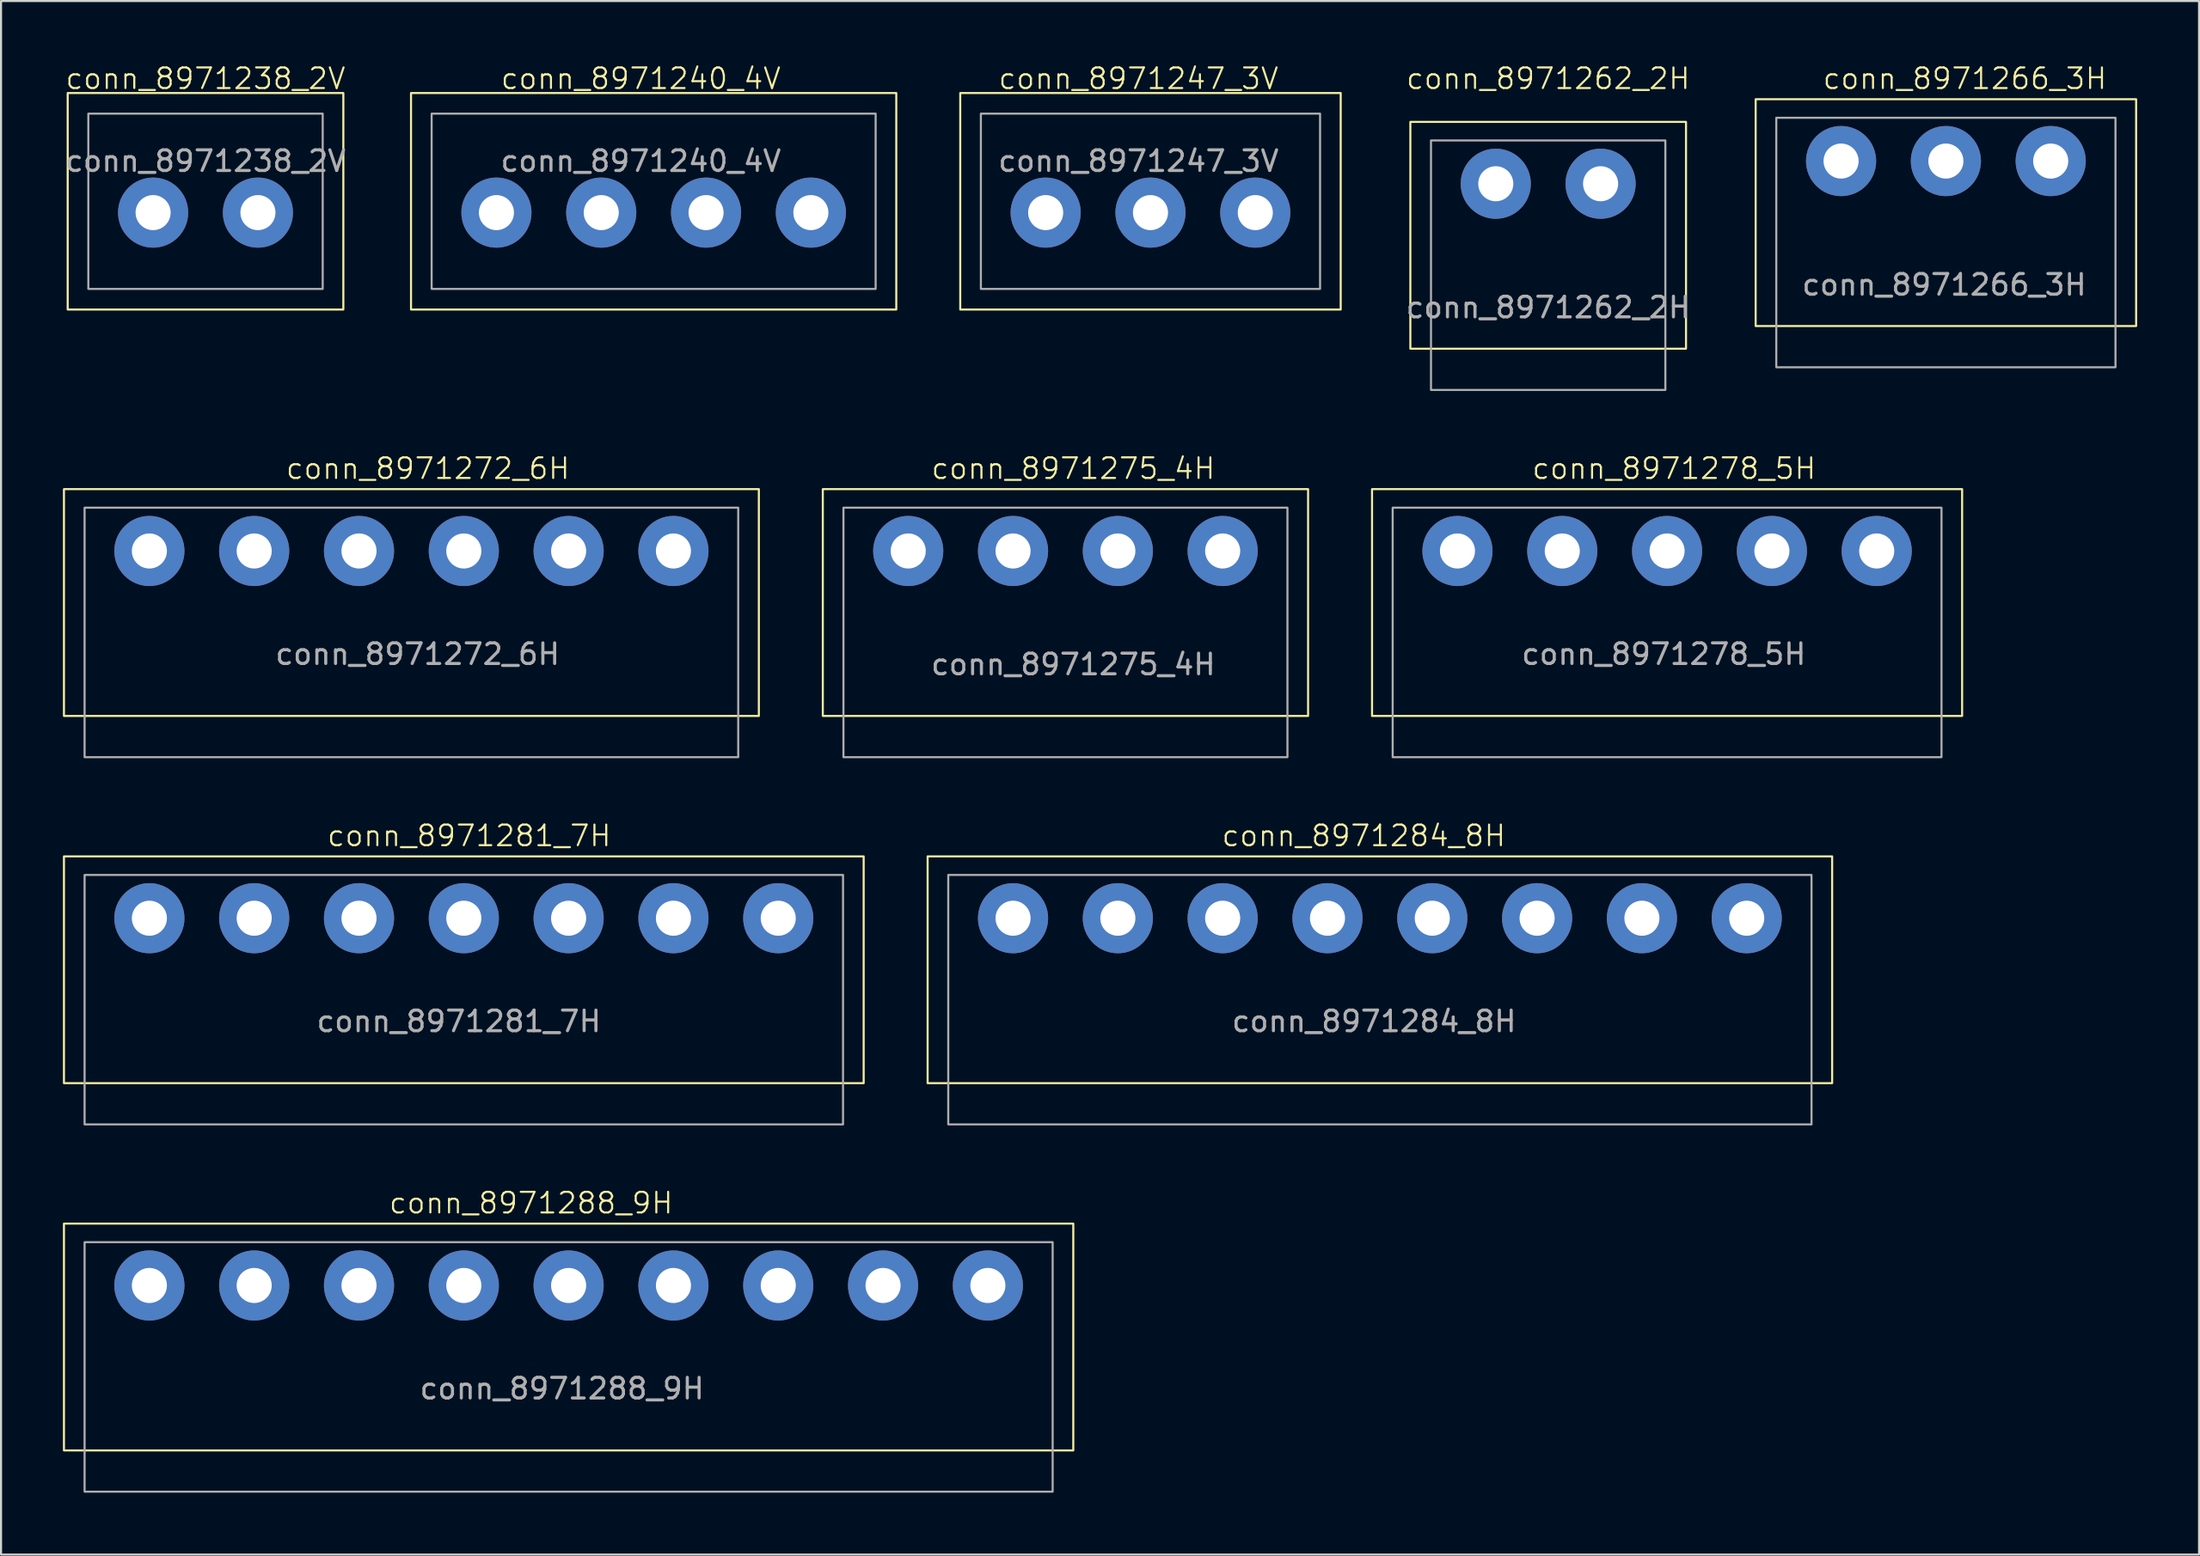
<source format=kicad_pcb>
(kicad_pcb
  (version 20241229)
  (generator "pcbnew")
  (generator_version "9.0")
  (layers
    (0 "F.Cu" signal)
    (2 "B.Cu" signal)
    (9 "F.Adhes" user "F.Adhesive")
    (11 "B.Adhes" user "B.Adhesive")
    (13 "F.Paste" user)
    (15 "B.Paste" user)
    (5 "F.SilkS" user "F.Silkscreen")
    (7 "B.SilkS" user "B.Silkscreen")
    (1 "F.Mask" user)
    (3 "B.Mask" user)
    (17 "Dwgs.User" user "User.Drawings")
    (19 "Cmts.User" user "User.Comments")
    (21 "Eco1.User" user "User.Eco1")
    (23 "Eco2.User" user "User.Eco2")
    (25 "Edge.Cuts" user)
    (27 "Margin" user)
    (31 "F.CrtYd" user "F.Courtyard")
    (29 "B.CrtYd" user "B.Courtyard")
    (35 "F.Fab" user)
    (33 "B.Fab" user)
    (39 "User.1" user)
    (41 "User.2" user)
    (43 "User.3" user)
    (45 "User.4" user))
  (footprint "conn_8971266_3H"
    (layer "F.Cu")
    (at 86.183 4.761)
    (property "Reference" "conn_8971266_3H" (at 6 -4 0) (unlocked yes) (layer "F.SilkS") (effects (font (size 1 1) (thickness 0.1))))
    (attr through_hole)
    (fp_rect (start -4.14 -3) (end 14.3 8) (stroke (width 0.1) (type default)) (fill no) (layer "F.SilkS"))
    (fp_rect (start -3.14 -2.1) (end 13.3 10) (stroke (width 0.1) (type default)) (fill no) (layer "F.Fab"))
    (fp_text user "${REFERENCE}" (at 5 6 0) (unlocked yes) (layer "F.Fab") (effects (font (size 1 1) (thickness 0.15))))
    (pad "1" thru_hole circle (at 0 0) (size 3.4 3.4) (drill 1.7) (layers "*.Cu" "*.Mask"))
    (pad "2" thru_hole circle (at 5.08 0) (size 3.4 3.4) (drill 1.7) (layers "*.Cu" "*.Mask"))
    (pad "3" thru_hole circle (at 10.16 0) (size 3.4 3.4) (drill 1.7) (layers "*.Cu" "*.Mask")))
  (footprint "conn_8971284_8H"
    (layer "F.Cu")
    (at 46.05 41.481)
    (property "Reference" "conn_8971284_8H" (at 17 -4 0) (unlocked yes) (layer "F.SilkS") (effects (font (size 1 1) (thickness 0.1))))
    (attr through_hole)
    (fp_rect (start -4.14 -3) (end 39.7 8) (stroke (width 0.1) (type default)) (fill no) (layer "F.SilkS"))
    (fp_rect (start -3.14 -2.1) (end 38.7 10) (stroke (width 0.1) (type default)) (fill no) (layer "F.Fab"))
    (fp_text user "${REFERENCE}" (at 17.5 5 0) (unlocked yes) (layer "F.Fab") (effects (font (size 1 1) (thickness 0.15))))
    (pad "1" thru_hole circle (at 0 0) (size 3.4 3.4) (drill 1.7) (layers "*.Cu" "*.Mask"))
    (pad "2" thru_hole circle (at 5.08 0) (size 3.4 3.4) (drill 1.7) (layers "*.Cu" "*.Mask"))
    (pad "3" thru_hole circle (at 10.16 0) (size 3.4 3.4) (drill 1.7) (layers "*.Cu" "*.Mask"))
    (pad "4" thru_hole circle (at 15.24 0) (size 3.4 3.4) (drill 1.7) (layers "*.Cu" "*.Mask"))
    (pad "5" thru_hole circle (at 20.32 0) (size 3.4 3.4) (drill 1.7) (layers "*.Cu" "*.Mask"))
    (pad "6" thru_hole circle (at 25.4 0) (size 3.4 3.4) (drill 1.7) (layers "*.Cu" "*.Mask"))
    (pad "7" thru_hole circle (at 30.48 0) (size 3.4 3.4) (drill 1.7) (layers "*.Cu" "*.Mask"))
    (pad "8" thru_hole circle (at 35.56 0) (size 3.4 3.4) (drill 1.7) (layers "*.Cu" "*.Mask")))
  (footprint "conn_8971262_2H"
    (layer "F.Cu")
    (at 69.447 5.861)
    (property "Reference" "conn_8971262_2H" (at 2.54 -5.1 0) (unlocked yes) (layer "F.SilkS") (effects (font (size 1 1) (thickness 0.1))))
    (attr through_hole)
    (fp_rect (start -4.14 -3) (end 9.22 8) (stroke (width 0.1) (type default)) (fill no) (layer "F.SilkS"))
    (fp_rect (start -3.14 -2.1) (end 8.22 10) (stroke (width 0.1) (type default)) (fill no) (layer "F.Fab"))
    (fp_text user "${REFERENCE}" (at 2.54 6 0) (unlocked yes) (layer "F.Fab") (effects (font (size 1 1) (thickness 0.15))))
    (pad "1" thru_hole circle (at 0 0) (size 3.4 3.4) (drill 1.7) (layers "*.Cu" "*.Mask"))
    (pad "2" thru_hole circle (at 5.08 0) (size 3.4 3.4) (drill 1.7) (layers "*.Cu" "*.Mask")))
  (footprint "conn_8971275_4H"
    (layer "F.Cu")
    (at 40.97 23.671)
    (property "Reference" "conn_8971275_4H" (at 8 -4 0) (unlocked yes) (layer "F.SilkS") (effects (font (size 1 1) (thickness 0.1))))
    (attr through_hole)
    (fp_rect (start -4.14 -3) (end 19.38 8) (stroke (width 0.1) (type default)) (fill no) (layer "F.SilkS"))
    (fp_rect (start -3.14 -2.1) (end 18.38 10) (stroke (width 0.1) (type default)) (fill no) (layer "F.Fab"))
    (fp_text user "${REFERENCE}" (at 8 5.5 0) (unlocked yes) (layer "F.Fab") (effects (font (size 1 1) (thickness 0.15))))
    (pad "1" thru_hole circle (at 0 0) (size 3.4 3.4) (drill 1.7) (layers "*.Cu" "*.Mask"))
    (pad "2" thru_hole circle (at 5.08 0) (size 3.4 3.4) (drill 1.7) (layers "*.Cu" "*.Mask"))
    (pad "3" thru_hole circle (at 10.16 0) (size 3.4 3.4) (drill 1.7) (layers "*.Cu" "*.Mask"))
    (pad "4" thru_hole circle (at 15.24 0) (size 3.4 3.4) (drill 1.7) (layers "*.Cu" "*.Mask")))
  (footprint "conn_8971272_6H"
    (layer "F.Cu")
    (at 4.19 23.671)
    (property "Reference" "conn_8971272_6H" (at 13.5 -4 0) (unlocked yes) (layer "F.SilkS") (effects (font (size 1 1) (thickness 0.1))))
    (attr through_hole)
    (fp_rect (start -4.14 -3) (end 29.54 8) (stroke (width 0.1) (type default)) (fill no) (layer "F.SilkS"))
    (fp_rect (start -3.14 -2.1) (end 28.54 10) (stroke (width 0.1) (type default)) (fill no) (layer "F.Fab"))
    (fp_text user "${REFERENCE}" (at 13 5 0) (unlocked yes) (layer "F.Fab") (effects (font (size 1 1) (thickness 0.15))))
    (pad "1" thru_hole circle (at 0 0) (size 3.4 3.4) (drill 1.7) (layers "*.Cu" "*.Mask"))
    (pad "2" thru_hole circle (at 5.08 0) (size 3.4 3.4) (drill 1.7) (layers "*.Cu" "*.Mask"))
    (pad "3" thru_hole circle (at 10.16 0) (size 3.4 3.4) (drill 1.7) (layers "*.Cu" "*.Mask"))
    (pad "4" thru_hole circle (at 15.24 0) (size 3.4 3.4) (drill 1.7) (layers "*.Cu" "*.Mask"))
    (pad "5" thru_hole circle (at 20.32 0) (size 3.4 3.4) (drill 1.7) (layers "*.Cu" "*.Mask"))
    (pad "6" thru_hole circle (at 25.4 0) (size 3.4 3.4) (drill 1.7) (layers "*.Cu" "*.Mask")))
  (footprint "conn_8971278_5H"
    (layer "F.Cu")
    (at 67.59 23.671)
    (property "Reference" "conn_8971278_5H" (at 10.5 -4 0) (unlocked yes) (layer "F.SilkS") (effects (font (size 1 1) (thickness 0.1))))
    (attr through_hole)
    (fp_rect (start -4.14 -3) (end 24.46 8) (stroke (width 0.1) (type default)) (fill no) (layer "F.SilkS"))
    (fp_rect (start -3.14 -2.1) (end 23.46 10) (stroke (width 0.1) (type default)) (fill no) (layer "F.Fab"))
    (fp_text user "${REFERENCE}" (at 10 5 0) (unlocked yes) (layer "F.Fab") (effects (font (size 1 1) (thickness 0.15))))
    (pad "1" thru_hole circle (at 0 0) (size 3.4 3.4) (drill 1.7) (layers "*.Cu" "*.Mask"))
    (pad "2" thru_hole circle (at 5.08 0) (size 3.4 3.4) (drill 1.7) (layers "*.Cu" "*.Mask"))
    (pad "3" thru_hole circle (at 10.16 0) (size 3.4 3.4) (drill 1.7) (layers "*.Cu" "*.Mask"))
    (pad "4" thru_hole circle (at 15.24 0) (size 3.4 3.4) (drill 1.7) (layers "*.Cu" "*.Mask"))
    (pad "5" thru_hole circle (at 20.32 0) (size 3.4 3.4) (drill 1.7) (layers "*.Cu" "*.Mask")))
  (footprint "conn_8971240_4V"
    (layer "F.Cu")
    (at 21.011 7.261)
    (property "Reference" "conn_8971240_4V" (at 7 -6.5 0) (unlocked yes) (layer "F.SilkS") (effects (font (size 1 1) (thickness 0.1))))
    (attr through_hole)
    (fp_rect (start -4.14 -5.8) (end 19.38 4.7) (stroke (width 0.1) (type default)) (fill no) (layer "F.SilkS"))
    (fp_rect (start -3.14 -4.8) (end 18.38 3.7) (stroke (width 0.1) (type default)) (fill no) (layer "F.Fab"))
    (fp_text user "${REFERENCE}" (at 7 -2.5 0) (unlocked yes) (layer "F.Fab") (effects (font (size 1 1) (thickness 0.15))))
    (pad "1" thru_hole circle (at 0 0) (size 3.4 3.4) (drill 1.7) (layers "*.Cu" "*.Mask"))
    (pad "2" thru_hole circle (at 5.08 0) (size 3.4 3.4) (drill 1.7) (layers "*.Cu" "*.Mask"))
    (pad "3" thru_hole circle (at 10.16 0) (size 3.4 3.4) (drill 1.7) (layers "*.Cu" "*.Mask"))
    (pad "4" thru_hole circle (at 15.24 0) (size 3.4 3.4) (drill 1.7) (layers "*.Cu" "*.Mask")))
  (footprint "conn_8971281_7H"
    (layer "F.Cu")
    (at 4.19 41.481)
    (property "Reference" "conn_8971281_7H" (at 15.5 -4 0) (unlocked yes) (layer "F.SilkS") (effects (font (size 1 1) (thickness 0.1))))
    (attr through_hole)
    (fp_rect (start -4.14 -3) (end 34.62 8) (stroke (width 0.1) (type default)) (fill no) (layer "F.SilkS"))
    (fp_rect (start -3.14 -2.1) (end 33.62 10) (stroke (width 0.1) (type default)) (fill no) (layer "F.Fab"))
    (fp_text user "${REFERENCE}" (at 15 5 0) (unlocked yes) (layer "F.Fab") (effects (font (size 1 1) (thickness 0.15))))
    (pad "1" thru_hole circle (at 0 0) (size 3.4 3.4) (drill 1.7) (layers "*.Cu" "*.Mask"))
    (pad "2" thru_hole circle (at 5.08 0) (size 3.4 3.4) (drill 1.7) (layers "*.Cu" "*.Mask"))
    (pad "3" thru_hole circle (at 10.16 0) (size 3.4 3.4) (drill 1.7) (layers "*.Cu" "*.Mask"))
    (pad "4" thru_hole circle (at 15.24 0) (size 3.4 3.4) (drill 1.7) (layers "*.Cu" "*.Mask"))
    (pad "5" thru_hole circle (at 20.32 0) (size 3.4 3.4) (drill 1.7) (layers "*.Cu" "*.Mask"))
    (pad "6" thru_hole circle (at 25.4 0) (size 3.4 3.4) (drill 1.7) (layers "*.Cu" "*.Mask"))
    (pad "7" thru_hole circle (at 30.48 0) (size 3.4 3.4) (drill 1.7) (layers "*.Cu" "*.Mask")))
  (footprint "conn_8971288_9H"
    (layer "F.Cu")
    (at 4.19 59.292)
    (property "Reference" "conn_8971288_9H" (at 18.5 -4 0) (unlocked yes) (layer "F.SilkS") (effects (font (size 1 1) (thickness 0.1))))
    (attr through_hole)
    (fp_rect (start -4.14 -3) (end 44.78 8) (stroke (width 0.1) (type default)) (fill no) (layer "F.SilkS"))
    (fp_rect (start -3.14 -2.1) (end 43.78 10) (stroke (width 0.1) (type default)) (fill no) (layer "F.Fab"))
    (fp_text user "${REFERENCE}" (at 20 5 0) (unlocked yes) (layer "F.Fab") (effects (font (size 1 1) (thickness 0.15))))
    (pad "1" thru_hole circle (at 0 0) (size 3.4 3.4) (drill 1.7) (layers "*.Cu" "*.Mask"))
    (pad "2" thru_hole circle (at 5.08 0) (size 3.4 3.4) (drill 1.7) (layers "*.Cu" "*.Mask"))
    (pad "3" thru_hole circle (at 10.16 0) (size 3.4 3.4) (drill 1.7) (layers "*.Cu" "*.Mask"))
    (pad "4" thru_hole circle (at 15.24 0) (size 3.4 3.4) (drill 1.7) (layers "*.Cu" "*.Mask"))
    (pad "5" thru_hole circle (at 20.32 0) (size 3.4 3.4) (drill 1.7) (layers "*.Cu" "*.Mask"))
    (pad "6" thru_hole circle (at 25.4 0) (size 3.4 3.4) (drill 1.7) (layers "*.Cu" "*.Mask"))
    (pad "7" thru_hole circle (at 30.48 0) (size 3.4 3.4) (drill 1.7) (layers "*.Cu" "*.Mask"))
    (pad "8" thru_hole circle (at 35.56 0) (size 3.4 3.4) (drill 1.7) (layers "*.Cu" "*.Mask"))
    (pad "9" thru_hole circle (at 40.64 0) (size 3.4 3.4) (drill 1.7) (layers "*.Cu" "*.Mask")))
  (footprint "conn_8971247_3V"
    (layer "F.Cu")
    (at 47.631 7.261)
    (property "Reference" "conn_8971247_3V" (at 4.5 -6.5 0) (unlocked yes) (layer "F.SilkS") (effects (font (size 1 1) (thickness 0.1))))
    (attr through_hole)
    (fp_rect (start -4.14 -5.8) (end 14.3 4.7) (stroke (width 0.1) (type default)) (fill no) (layer "F.SilkS"))
    (fp_rect (start -3.14 -4.8) (end 13.3 3.7) (stroke (width 0.1) (type default)) (fill no) (layer "F.Fab"))
    (fp_text user "${REFERENCE}" (at 4.5 -2.5 0) (unlocked yes) (layer "F.Fab") (effects (font (size 1 1) (thickness 0.15))))
    (pad "1" thru_hole circle (at 0 0) (size 3.4 3.4) (drill 1.7) (layers "*.Cu" "*.Mask"))
    (pad "2" thru_hole circle (at 5.08 0) (size 3.4 3.4) (drill 1.7) (layers "*.Cu" "*.Mask"))
    (pad "3" thru_hole circle (at 10.16 0) (size 3.4 3.4) (drill 1.7) (layers "*.Cu" "*.Mask")))
  (footprint "conn_8971238_2V"
    (layer "F.Cu")
    (at 4.371 7.261)
    (property "Reference" "conn_8971238_2V" (at 2.54 -6.5 0) (unlocked yes) (layer "F.SilkS") (effects (font (size 1 1) (thickness 0.1))))
    (attr through_hole)
    (fp_rect (start -4.14 -5.8) (end 9.22 4.7) (stroke (width 0.1) (type default)) (fill no) (layer "F.SilkS"))
    (fp_rect (start -3.14 -4.8) (end 8.22 3.7) (stroke (width 0.1) (type default)) (fill no) (layer "F.Fab"))
    (fp_text user "${REFERENCE}" (at 2.54 -2.5 0) (unlocked yes) (layer "F.Fab") (effects (font (size 1 1) (thickness 0.15))))
    (pad "1" thru_hole circle (at 0 0) (size 3.4 3.4) (drill 1.7) (layers "*.Cu" "*.Mask"))
    (pad "2" thru_hole circle (at 5.08 0) (size 3.4 3.4) (drill 1.7) (layers "*.Cu" "*.Mask")))
  (gr_rect
    (start -3 -3)
    (end 103.533 72.342)
    (stroke (width 0.1) (type default))
    (fill no)
    (layer "Edge.Cuts")))
</source>
